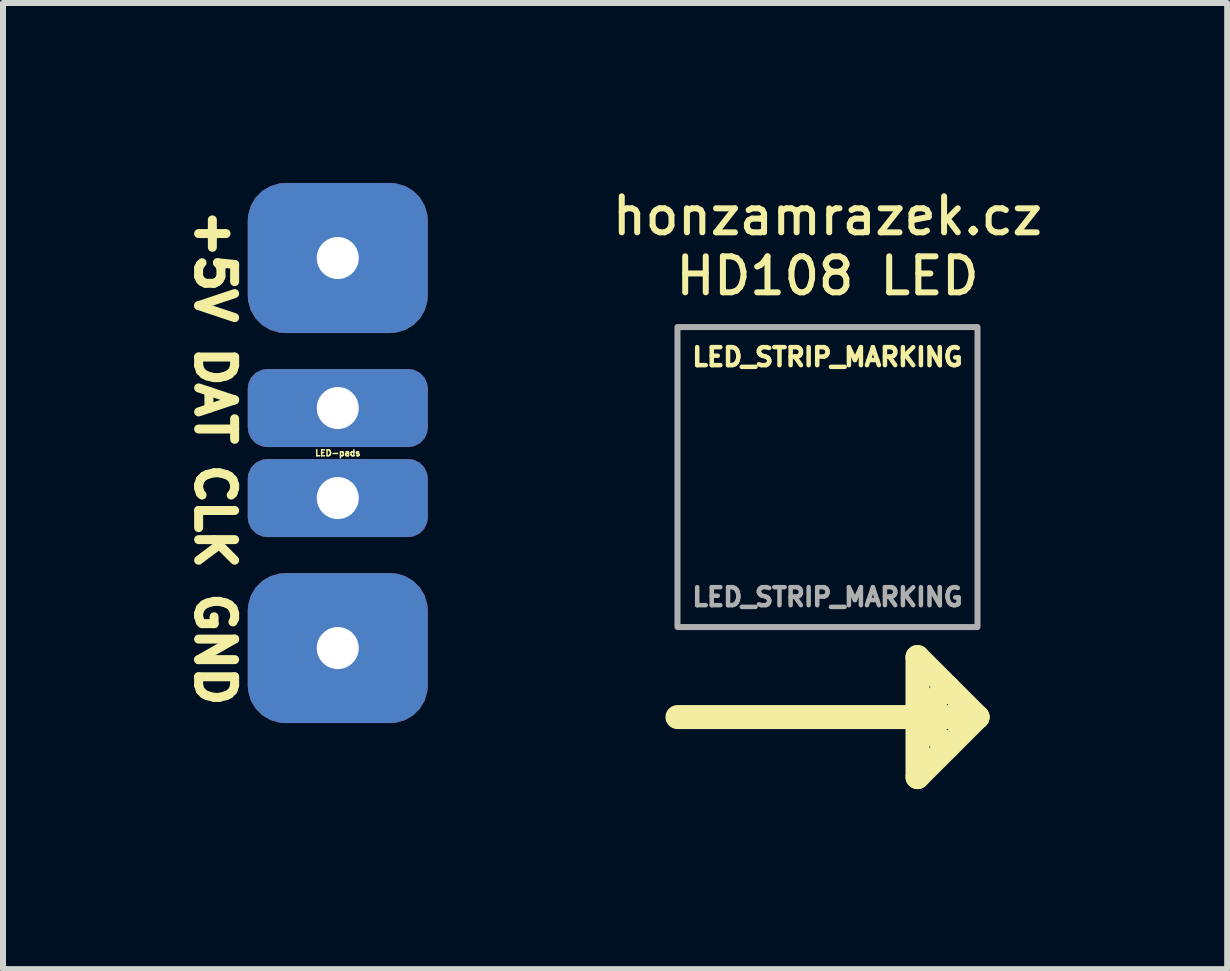
<source format=kicad_pcb>
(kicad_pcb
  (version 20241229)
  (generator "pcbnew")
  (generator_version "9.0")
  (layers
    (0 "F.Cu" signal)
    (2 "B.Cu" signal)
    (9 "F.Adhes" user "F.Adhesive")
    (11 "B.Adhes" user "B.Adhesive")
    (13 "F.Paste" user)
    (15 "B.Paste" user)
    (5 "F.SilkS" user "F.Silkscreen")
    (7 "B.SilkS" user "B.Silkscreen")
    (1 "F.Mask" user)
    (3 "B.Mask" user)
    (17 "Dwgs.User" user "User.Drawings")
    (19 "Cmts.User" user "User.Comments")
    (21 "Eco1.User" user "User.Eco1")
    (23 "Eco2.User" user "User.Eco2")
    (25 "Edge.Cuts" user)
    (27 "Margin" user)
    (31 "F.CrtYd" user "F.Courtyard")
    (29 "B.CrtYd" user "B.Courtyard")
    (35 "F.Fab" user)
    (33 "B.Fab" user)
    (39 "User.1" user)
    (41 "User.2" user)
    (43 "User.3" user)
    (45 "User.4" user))
  (footprint "LED_STRIP_MARKING"
    (layer "F.Cu")
    (at 10.74 4.9)
    (property "Reference" "LED_STRIP_MARKING" (at 0 -2 0) (unlocked yes) (layer "F.SilkS") (effects (font (size 0.3 0.3) (thickness 0.075))))
    (fp_line (start -2.5 4) (end 2.5 4) (stroke (width 0.4) (type default)) (layer "F.SilkS"))
    (fp_line (start 1.5 3) (end 1.5 5) (stroke (width 0.4) (type default)) (layer "F.SilkS"))
    (fp_line (start 1.5 4) (end 2 4.5) (stroke (width 0.4) (type default)) (layer "F.SilkS"))
    (fp_line (start 1.5 5) (end 2.5 4) (stroke (width 0.4) (type default)) (layer "F.SilkS"))
    (fp_line (start 2 3.5) (end 1.5 4) (stroke (width 0.4) (type default)) (layer "F.SilkS"))
    (fp_line (start 2.5 4) (end 1.5 3) (stroke (width 0.4) (type default)) (layer "F.SilkS"))
    (fp_rect (start -2.5 -2.5) (end 2.5 2.5) (stroke (width 0.1) (type default)) (fill no) (layer "F.Fab"))
    (fp_text user "HD108 LED" (at 0 -3 0) (unlocked yes) (layer "F.SilkS") (effects (font (size 0.6 0.6) (thickness 0.1)) (justify bottom)))
    (fp_text user "honzamrazek.cz" (at 0 -4 0) (unlocked yes) (layer "F.SilkS") (effects (font (size 0.6 0.6) (thickness 0.1)) (justify bottom)))
    (fp_text user "${REFERENCE}" (at 0 2 0) (unlocked yes) (layer "F.Fab") (effects (font (size 0.3 0.3) (thickness 0.075)))))
  (footprint "LED-pads"
    (layer "F.Cu")
    (at 2.579 4.5)
    (property "Reference" "LED-pads" (at 0 0 0) (unlocked yes) (layer "F.SilkS") (effects (font (size 0.1 0.1) (thickness 0.025))))
    (attr smd)
    (fp_text user "+5V DAT" (at -2.4 -2.1 270) (unlocked yes) (layer "F.SilkS") (effects (font (size 0.6 0.6) (thickness 0.15) (bold yes)) (justify bottom)))
    (fp_text user "CLK GND" (at -2.4 2.2 270) (unlocked yes) (layer "F.SilkS") (effects (font (size 0.6 0.6) (thickness 0.15) (bold yes)) (justify bottom)))
    (pad "1" thru_hole roundrect (at 0 -3.25) (size 3 2.5) (drill 0.7) (layers "*.Cu" "*.Mask") (roundrect_rratio 0.25))
    (pad "2" thru_hole roundrect (at 0 -0.75) (size 3 1.3) (drill 0.7) (layers "*.Cu" "*.Mask") (roundrect_rratio 0.25))
    (pad "3" thru_hole roundrect (at 0 0.75) (size 3 1.3) (drill 0.7) (layers "*.Cu" "*.Mask") (roundrect_rratio 0.25))
    (pad "4" thru_hole roundrect (at 0 3.25) (size 3 2.5) (drill 0.7) (layers "*.Cu" "*.Mask") (roundrect_rratio 0.25)))
  (gr_rect
    (start -3 -3)
    (end 17.401 13.1)
    (stroke (width 0.1) (type default))
    (fill no)
    (layer "Edge.Cuts")))
</source>
